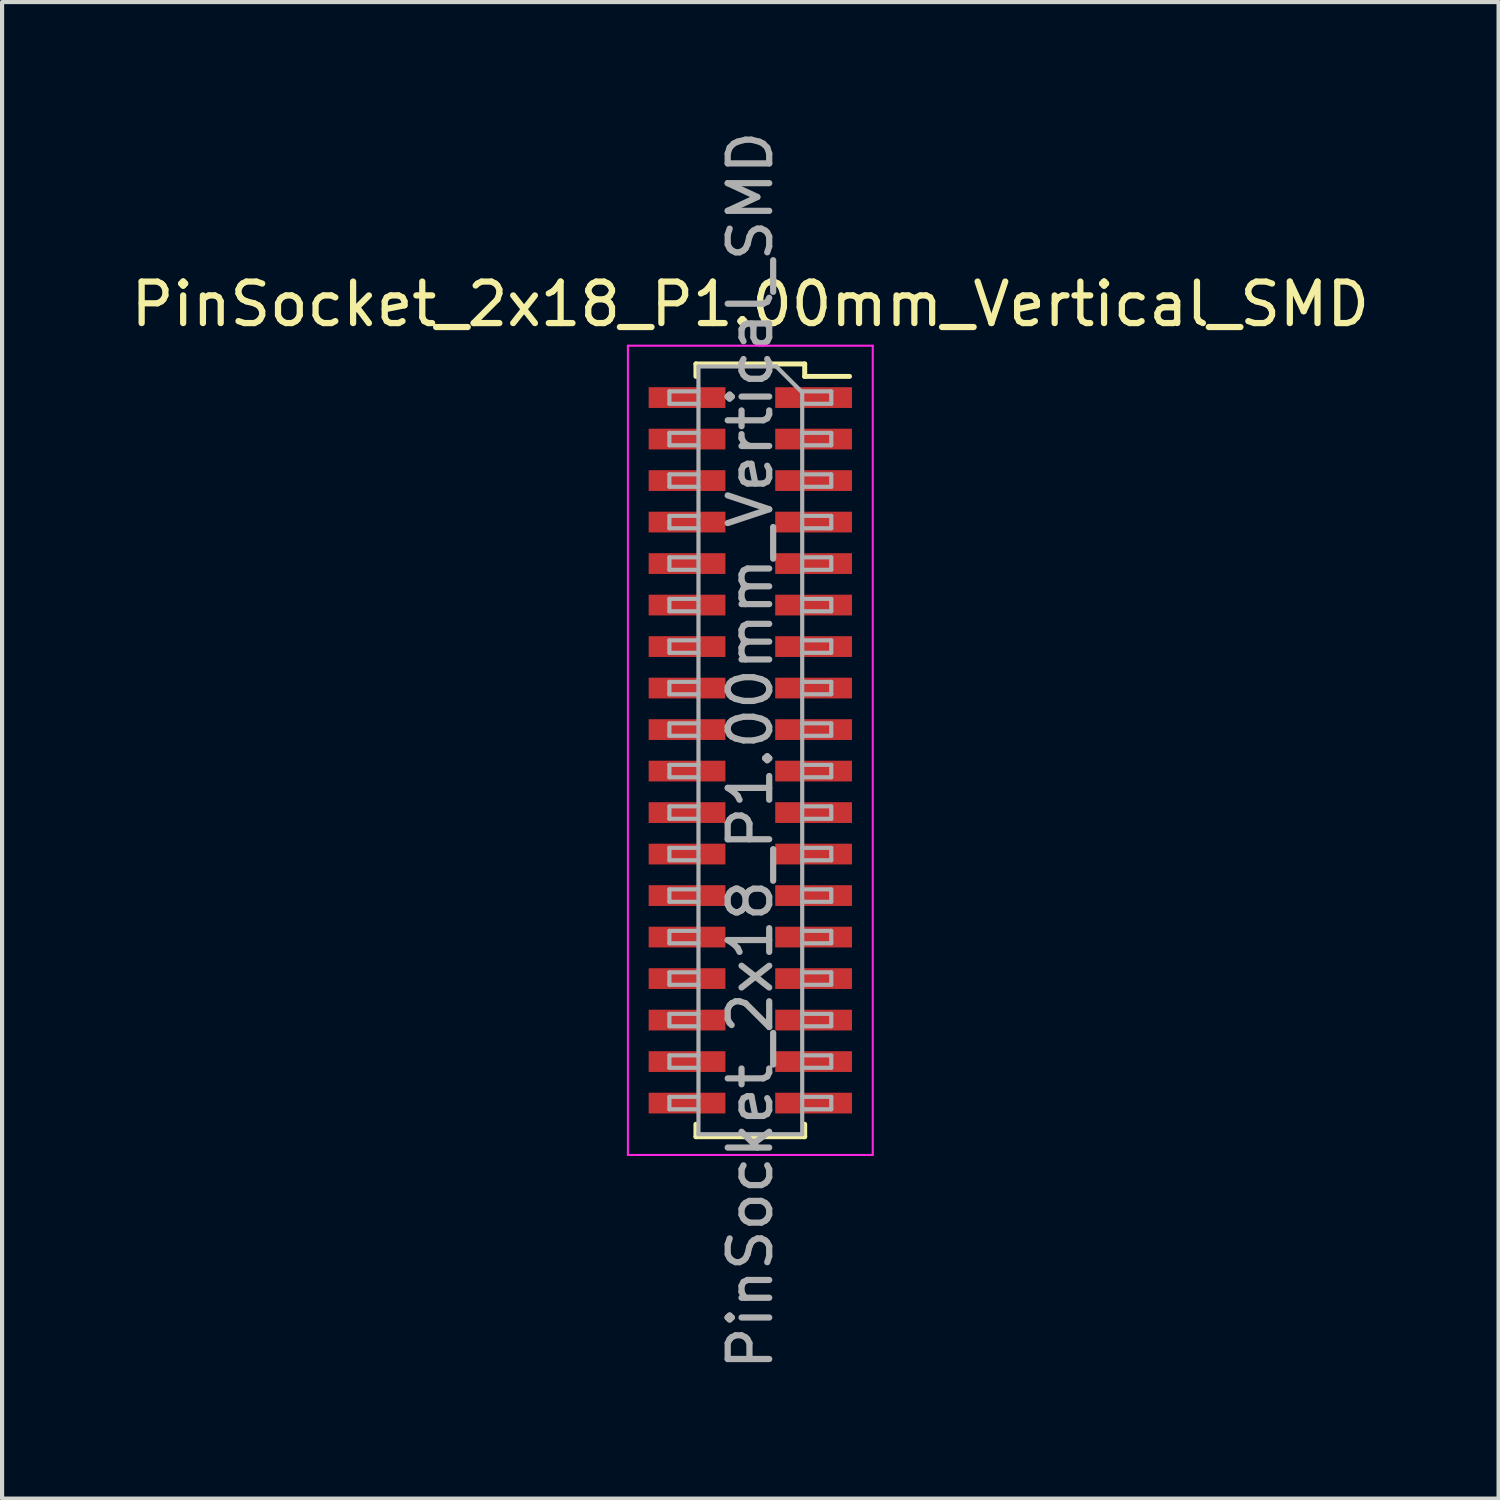
<source format=kicad_pcb>
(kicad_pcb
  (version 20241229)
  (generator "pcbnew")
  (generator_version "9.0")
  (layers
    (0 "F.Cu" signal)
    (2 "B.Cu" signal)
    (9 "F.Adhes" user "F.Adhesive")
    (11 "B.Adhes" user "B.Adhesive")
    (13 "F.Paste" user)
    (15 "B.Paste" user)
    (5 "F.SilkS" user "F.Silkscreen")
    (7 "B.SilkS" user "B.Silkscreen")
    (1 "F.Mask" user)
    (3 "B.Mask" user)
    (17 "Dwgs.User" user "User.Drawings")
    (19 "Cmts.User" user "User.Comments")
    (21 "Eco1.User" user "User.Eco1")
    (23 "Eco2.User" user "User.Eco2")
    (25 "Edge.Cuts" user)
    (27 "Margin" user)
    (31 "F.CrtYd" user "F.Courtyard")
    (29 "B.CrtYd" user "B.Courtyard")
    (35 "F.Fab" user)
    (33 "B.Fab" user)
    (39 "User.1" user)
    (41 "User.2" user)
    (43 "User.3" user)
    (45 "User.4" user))
  (footprint "PinSocket_2x18_P1.00mm_Vertical_SMD"
    (layer "F.Cu")
    (at 15.03 15.03)
    (property "Reference" "PinSocket_2x18_P1.00mm_Vertical_SMD" (at 0 -10.75 0) (layer "F.SilkS") (effects (font (size 1 1) (thickness 0.15))))
    (attr smd)
    (fp_line (start -1.31 -9.31) (end -1.31 -9.01) (stroke (width 0.12) (type solid)) (layer "F.SilkS"))
    (fp_line (start -1.31 -9.31) (end 1.31 -9.31) (stroke (width 0.12) (type solid)) (layer "F.SilkS"))
    (fp_line (start -1.31 9.01) (end -1.31 9.31) (stroke (width 0.12) (type solid)) (layer "F.SilkS"))
    (fp_line (start -1.31 9.31) (end 1.31 9.31) (stroke (width 0.12) (type solid)) (layer "F.SilkS"))
    (fp_line (start 1.31 -9.31) (end 1.31 -9.01) (stroke (width 0.12) (type solid)) (layer "F.SilkS"))
    (fp_line (start 1.31 -9.01) (end 2.39 -9.01) (stroke (width 0.12) (type solid)) (layer "F.SilkS"))
    (fp_line (start 1.31 9.01) (end 1.31 9.31) (stroke (width 0.12) (type solid)) (layer "F.SilkS"))
    (fp_line (start -2.95 -9.75) (end 2.95 -9.75) (stroke (width 0.05) (type solid)) (layer "F.CrtYd"))
    (fp_line (start -2.95 9.75) (end -2.95 -9.75) (stroke (width 0.05) (type solid)) (layer "F.CrtYd"))
    (fp_line (start 2.95 -9.75) (end 2.95 9.75) (stroke (width 0.05) (type solid)) (layer "F.CrtYd"))
    (fp_line (start 2.95 9.75) (end -2.95 9.75) (stroke (width 0.05) (type solid)) (layer "F.CrtYd"))
    (fp_line (start -1.95 -8.65) (end -1.25 -8.65) (stroke (width 0.1) (type solid)) (layer "F.Fab"))
    (fp_line (start -1.95 -8.35) (end -1.95 -8.65) (stroke (width 0.1) (type solid)) (layer "F.Fab"))
    (fp_line (start -1.95 -7.65) (end -1.25 -7.65) (stroke (width 0.1) (type solid)) (layer "F.Fab"))
    (fp_line (start -1.95 -7.35) (end -1.95 -7.65) (stroke (width 0.1) (type solid)) (layer "F.Fab"))
    (fp_line (start -1.95 -6.65) (end -1.25 -6.65) (stroke (width 0.1) (type solid)) (layer "F.Fab"))
    (fp_line (start -1.95 -6.35) (end -1.95 -6.65) (stroke (width 0.1) (type solid)) (layer "F.Fab"))
    (fp_line (start -1.95 -5.65) (end -1.25 -5.65) (stroke (width 0.1) (type solid)) (layer "F.Fab"))
    (fp_line (start -1.95 -5.35) (end -1.95 -5.65) (stroke (width 0.1) (type solid)) (layer "F.Fab"))
    (fp_line (start -1.95 -4.65) (end -1.25 -4.65) (stroke (width 0.1) (type solid)) (layer "F.Fab"))
    (fp_line (start -1.95 -4.35) (end -1.95 -4.65) (stroke (width 0.1) (type solid)) (layer "F.Fab"))
    (fp_line (start -1.95 -3.65) (end -1.25 -3.65) (stroke (width 0.1) (type solid)) (layer "F.Fab"))
    (fp_line (start -1.95 -3.35) (end -1.95 -3.65) (stroke (width 0.1) (type solid)) (layer "F.Fab"))
    (fp_line (start -1.95 -2.65) (end -1.25 -2.65) (stroke (width 0.1) (type solid)) (layer "F.Fab"))
    (fp_line (start -1.95 -2.35) (end -1.95 -2.65) (stroke (width 0.1) (type solid)) (layer "F.Fab"))
    (fp_line (start -1.95 -1.65) (end -1.25 -1.65) (stroke (width 0.1) (type solid)) (layer "F.Fab"))
    (fp_line (start -1.95 -1.35) (end -1.95 -1.65) (stroke (width 0.1) (type solid)) (layer "F.Fab"))
    (fp_line (start -1.95 -0.65) (end -1.25 -0.65) (stroke (width 0.1) (type solid)) (layer "F.Fab"))
    (fp_line (start -1.95 -0.35) (end -1.95 -0.65) (stroke (width 0.1) (type solid)) (layer "F.Fab"))
    (fp_line (start -1.95 0.35) (end -1.25 0.35) (stroke (width 0.1) (type solid)) (layer "F.Fab"))
    (fp_line (start -1.95 0.65) (end -1.95 0.35) (stroke (width 0.1) (type solid)) (layer "F.Fab"))
    (fp_line (start -1.95 1.35) (end -1.25 1.35) (stroke (width 0.1) (type solid)) (layer "F.Fab"))
    (fp_line (start -1.95 1.65) (end -1.95 1.35) (stroke (width 0.1) (type solid)) (layer "F.Fab"))
    (fp_line (start -1.95 2.35) (end -1.25 2.35) (stroke (width 0.1) (type solid)) (layer "F.Fab"))
    (fp_line (start -1.95 2.65) (end -1.95 2.35) (stroke (width 0.1) (type solid)) (layer "F.Fab"))
    (fp_line (start -1.95 3.35) (end -1.25 3.35) (stroke (width 0.1) (type solid)) (layer "F.Fab"))
    (fp_line (start -1.95 3.65) (end -1.95 3.35) (stroke (width 0.1) (type solid)) (layer "F.Fab"))
    (fp_line (start -1.95 4.35) (end -1.25 4.35) (stroke (width 0.1) (type solid)) (layer "F.Fab"))
    (fp_line (start -1.95 4.65) (end -1.95 4.35) (stroke (width 0.1) (type solid)) (layer "F.Fab"))
    (fp_line (start -1.95 5.35) (end -1.25 5.35) (stroke (width 0.1) (type solid)) (layer "F.Fab"))
    (fp_line (start -1.95 5.65) (end -1.95 5.35) (stroke (width 0.1) (type solid)) (layer "F.Fab"))
    (fp_line (start -1.95 6.35) (end -1.25 6.35) (stroke (width 0.1) (type solid)) (layer "F.Fab"))
    (fp_line (start -1.95 6.65) (end -1.95 6.35) (stroke (width 0.1) (type solid)) (layer "F.Fab"))
    (fp_line (start -1.95 7.35) (end -1.25 7.35) (stroke (width 0.1) (type solid)) (layer "F.Fab"))
    (fp_line (start -1.95 7.65) (end -1.95 7.35) (stroke (width 0.1) (type solid)) (layer "F.Fab"))
    (fp_line (start -1.95 8.35) (end -1.25 8.35) (stroke (width 0.1) (type solid)) (layer "F.Fab"))
    (fp_line (start -1.95 8.65) (end -1.95 8.35) (stroke (width 0.1) (type solid)) (layer "F.Fab"))
    (fp_line (start -1.25 -9.25) (end 0.625 -9.25) (stroke (width 0.1) (type solid)) (layer "F.Fab"))
    (fp_line (start -1.25 -8.35) (end -1.95 -8.35) (stroke (width 0.1) (type solid)) (layer "F.Fab"))
    (fp_line (start -1.25 -7.35) (end -1.95 -7.35) (stroke (width 0.1) (type solid)) (layer "F.Fab"))
    (fp_line (start -1.25 -6.35) (end -1.95 -6.35) (stroke (width 0.1) (type solid)) (layer "F.Fab"))
    (fp_line (start -1.25 -5.35) (end -1.95 -5.35) (stroke (width 0.1) (type solid)) (layer "F.Fab"))
    (fp_line (start -1.25 -4.35) (end -1.95 -4.35) (stroke (width 0.1) (type solid)) (layer "F.Fab"))
    (fp_line (start -1.25 -3.35) (end -1.95 -3.35) (stroke (width 0.1) (type solid)) (layer "F.Fab"))
    (fp_line (start -1.25 -2.35) (end -1.95 -2.35) (stroke (width 0.1) (type solid)) (layer "F.Fab"))
    (fp_line (start -1.25 -1.35) (end -1.95 -1.35) (stroke (width 0.1) (type solid)) (layer "F.Fab"))
    (fp_line (start -1.25 -0.35) (end -1.95 -0.35) (stroke (width 0.1) (type solid)) (layer "F.Fab"))
    (fp_line (start -1.25 0.65) (end -1.95 0.65) (stroke (width 0.1) (type solid)) (layer "F.Fab"))
    (fp_line (start -1.25 1.65) (end -1.95 1.65) (stroke (width 0.1) (type solid)) (layer "F.Fab"))
    (fp_line (start -1.25 2.65) (end -1.95 2.65) (stroke (width 0.1) (type solid)) (layer "F.Fab"))
    (fp_line (start -1.25 3.65) (end -1.95 3.65) (stroke (width 0.1) (type solid)) (layer "F.Fab"))
    (fp_line (start -1.25 4.65) (end -1.95 4.65) (stroke (width 0.1) (type solid)) (layer "F.Fab"))
    (fp_line (start -1.25 5.65) (end -1.95 5.65) (stroke (width 0.1) (type solid)) (layer "F.Fab"))
    (fp_line (start -1.25 6.65) (end -1.95 6.65) (stroke (width 0.1) (type solid)) (layer "F.Fab"))
    (fp_line (start -1.25 7.65) (end -1.95 7.65) (stroke (width 0.1) (type solid)) (layer "F.Fab"))
    (fp_line (start -1.25 8.65) (end -1.95 8.65) (stroke (width 0.1) (type solid)) (layer "F.Fab"))
    (fp_line (start -1.25 9.25) (end -1.25 -9.25) (stroke (width 0.1) (type solid)) (layer "F.Fab"))
    (fp_line (start 0.625 -9.25) (end 1.25 -8.625) (stroke (width 0.1) (type solid)) (layer "F.Fab"))
    (fp_line (start 1.25 -8.65) (end 1.95 -8.65) (stroke (width 0.1) (type solid)) (layer "F.Fab"))
    (fp_line (start 1.25 -8.625) (end 1.25 9.25) (stroke (width 0.1) (type solid)) (layer "F.Fab"))
    (fp_line (start 1.25 -7.65) (end 1.95 -7.65) (stroke (width 0.1) (type solid)) (layer "F.Fab"))
    (fp_line (start 1.25 -6.65) (end 1.95 -6.65) (stroke (width 0.1) (type solid)) (layer "F.Fab"))
    (fp_line (start 1.25 -5.65) (end 1.95 -5.65) (stroke (width 0.1) (type solid)) (layer "F.Fab"))
    (fp_line (start 1.25 -4.65) (end 1.95 -4.65) (stroke (width 0.1) (type solid)) (layer "F.Fab"))
    (fp_line (start 1.25 -3.65) (end 1.95 -3.65) (stroke (width 0.1) (type solid)) (layer "F.Fab"))
    (fp_line (start 1.25 -2.65) (end 1.95 -2.65) (stroke (width 0.1) (type solid)) (layer "F.Fab"))
    (fp_line (start 1.25 -1.65) (end 1.95 -1.65) (stroke (width 0.1) (type solid)) (layer "F.Fab"))
    (fp_line (start 1.25 -0.65) (end 1.95 -0.65) (stroke (width 0.1) (type solid)) (layer "F.Fab"))
    (fp_line (start 1.25 0.35) (end 1.95 0.35) (stroke (width 0.1) (type solid)) (layer "F.Fab"))
    (fp_line (start 1.25 1.35) (end 1.95 1.35) (stroke (width 0.1) (type solid)) (layer "F.Fab"))
    (fp_line (start 1.25 2.35) (end 1.95 2.35) (stroke (width 0.1) (type solid)) (layer "F.Fab"))
    (fp_line (start 1.25 3.35) (end 1.95 3.35) (stroke (width 0.1) (type solid)) (layer "F.Fab"))
    (fp_line (start 1.25 4.35) (end 1.95 4.35) (stroke (width 0.1) (type solid)) (layer "F.Fab"))
    (fp_line (start 1.25 5.35) (end 1.95 5.35) (stroke (width 0.1) (type solid)) (layer "F.Fab"))
    (fp_line (start 1.25 6.35) (end 1.95 6.35) (stroke (width 0.1) (type solid)) (layer "F.Fab"))
    (fp_line (start 1.25 7.35) (end 1.95 7.35) (stroke (width 0.1) (type solid)) (layer "F.Fab"))
    (fp_line (start 1.25 8.35) (end 1.95 8.35) (stroke (width 0.1) (type solid)) (layer "F.Fab"))
    (fp_line (start 1.25 9.25) (end -1.25 9.25) (stroke (width 0.1) (type solid)) (layer "F.Fab"))
    (fp_line (start 1.95 -8.65) (end 1.95 -8.35) (stroke (width 0.1) (type solid)) (layer "F.Fab"))
    (fp_line (start 1.95 -8.35) (end 1.25 -8.35) (stroke (width 0.1) (type solid)) (layer "F.Fab"))
    (fp_line (start 1.95 -7.65) (end 1.95 -7.35) (stroke (width 0.1) (type solid)) (layer "F.Fab"))
    (fp_line (start 1.95 -7.35) (end 1.25 -7.35) (stroke (width 0.1) (type solid)) (layer "F.Fab"))
    (fp_line (start 1.95 -6.65) (end 1.95 -6.35) (stroke (width 0.1) (type solid)) (layer "F.Fab"))
    (fp_line (start 1.95 -6.35) (end 1.25 -6.35) (stroke (width 0.1) (type solid)) (layer "F.Fab"))
    (fp_line (start 1.95 -5.65) (end 1.95 -5.35) (stroke (width 0.1) (type solid)) (layer "F.Fab"))
    (fp_line (start 1.95 -5.35) (end 1.25 -5.35) (stroke (width 0.1) (type solid)) (layer "F.Fab"))
    (fp_line (start 1.95 -4.65) (end 1.95 -4.35) (stroke (width 0.1) (type solid)) (layer "F.Fab"))
    (fp_line (start 1.95 -4.35) (end 1.25 -4.35) (stroke (width 0.1) (type solid)) (layer "F.Fab"))
    (fp_line (start 1.95 -3.65) (end 1.95 -3.35) (stroke (width 0.1) (type solid)) (layer "F.Fab"))
    (fp_line (start 1.95 -3.35) (end 1.25 -3.35) (stroke (width 0.1) (type solid)) (layer "F.Fab"))
    (fp_line (start 1.95 -2.65) (end 1.95 -2.35) (stroke (width 0.1) (type solid)) (layer "F.Fab"))
    (fp_line (start 1.95 -2.35) (end 1.25 -2.35) (stroke (width 0.1) (type solid)) (layer "F.Fab"))
    (fp_line (start 1.95 -1.65) (end 1.95 -1.35) (stroke (width 0.1) (type solid)) (layer "F.Fab"))
    (fp_line (start 1.95 -1.35) (end 1.25 -1.35) (stroke (width 0.1) (type solid)) (layer "F.Fab"))
    (fp_line (start 1.95 -0.65) (end 1.95 -0.35) (stroke (width 0.1) (type solid)) (layer "F.Fab"))
    (fp_line (start 1.95 -0.35) (end 1.25 -0.35) (stroke (width 0.1) (type solid)) (layer "F.Fab"))
    (fp_line (start 1.95 0.35) (end 1.95 0.65) (stroke (width 0.1) (type solid)) (layer "F.Fab"))
    (fp_line (start 1.95 0.65) (end 1.25 0.65) (stroke (width 0.1) (type solid)) (layer "F.Fab"))
    (fp_line (start 1.95 1.35) (end 1.95 1.65) (stroke (width 0.1) (type solid)) (layer "F.Fab"))
    (fp_line (start 1.95 1.65) (end 1.25 1.65) (stroke (width 0.1) (type solid)) (layer "F.Fab"))
    (fp_line (start 1.95 2.35) (end 1.95 2.65) (stroke (width 0.1) (type solid)) (layer "F.Fab"))
    (fp_line (start 1.95 2.65) (end 1.25 2.65) (stroke (width 0.1) (type solid)) (layer "F.Fab"))
    (fp_line (start 1.95 3.35) (end 1.95 3.65) (stroke (width 0.1) (type solid)) (layer "F.Fab"))
    (fp_line (start 1.95 3.65) (end 1.25 3.65) (stroke (width 0.1) (type solid)) (layer "F.Fab"))
    (fp_line (start 1.95 4.35) (end 1.95 4.65) (stroke (width 0.1) (type solid)) (layer "F.Fab"))
    (fp_line (start 1.95 4.65) (end 1.25 4.65) (stroke (width 0.1) (type solid)) (layer "F.Fab"))
    (fp_line (start 1.95 5.35) (end 1.95 5.65) (stroke (width 0.1) (type solid)) (layer "F.Fab"))
    (fp_line (start 1.95 5.65) (end 1.25 5.65) (stroke (width 0.1) (type solid)) (layer "F.Fab"))
    (fp_line (start 1.95 6.35) (end 1.95 6.65) (stroke (width 0.1) (type solid)) (layer "F.Fab"))
    (fp_line (start 1.95 6.65) (end 1.25 6.65) (stroke (width 0.1) (type solid)) (layer "F.Fab"))
    (fp_line (start 1.95 7.35) (end 1.95 7.65) (stroke (width 0.1) (type solid)) (layer "F.Fab"))
    (fp_line (start 1.95 7.65) (end 1.25 7.65) (stroke (width 0.1) (type solid)) (layer "F.Fab"))
    (fp_line (start 1.95 8.35) (end 1.95 8.65) (stroke (width 0.1) (type solid)) (layer "F.Fab"))
    (fp_line (start 1.95 8.65) (end 1.25 8.65) (stroke (width 0.1) (type solid)) (layer "F.Fab"))
    (fp_text user "${REFERENCE}" (at 0 0 90) (layer "F.Fab") (effects (font (size 1 1) (thickness 0.15))))
    (pad "1" smd rect (at 1.525 -8.5) (size 1.85 0.5) (layers "F.Cu" "F.Mask" "F.Paste"))
    (pad "2" smd rect (at -1.525 -8.5) (size 1.85 0.5) (layers "F.Cu" "F.Mask" "F.Paste"))
    (pad "3" smd rect (at 1.525 -7.5) (size 1.85 0.5) (layers "F.Cu" "F.Mask" "F.Paste"))
    (pad "4" smd rect (at -1.525 -7.5) (size 1.85 0.5) (layers "F.Cu" "F.Mask" "F.Paste"))
    (pad "5" smd rect (at 1.525 -6.5) (size 1.85 0.5) (layers "F.Cu" "F.Mask" "F.Paste"))
    (pad "6" smd rect (at -1.525 -6.5) (size 1.85 0.5) (layers "F.Cu" "F.Mask" "F.Paste"))
    (pad "7" smd rect (at 1.525 -5.5) (size 1.85 0.5) (layers "F.Cu" "F.Mask" "F.Paste"))
    (pad "8" smd rect (at -1.525 -5.5) (size 1.85 0.5) (layers "F.Cu" "F.Mask" "F.Paste"))
    (pad "9" smd rect (at 1.525 -4.5) (size 1.85 0.5) (layers "F.Cu" "F.Mask" "F.Paste"))
    (pad "10" smd rect (at -1.525 -4.5) (size 1.85 0.5) (layers "F.Cu" "F.Mask" "F.Paste"))
    (pad "11" smd rect (at 1.525 -3.5) (size 1.85 0.5) (layers "F.Cu" "F.Mask" "F.Paste"))
    (pad "12" smd rect (at -1.525 -3.5) (size 1.85 0.5) (layers "F.Cu" "F.Mask" "F.Paste"))
    (pad "13" smd rect (at 1.525 -2.5) (size 1.85 0.5) (layers "F.Cu" "F.Mask" "F.Paste"))
    (pad "14" smd rect (at -1.525 -2.5) (size 1.85 0.5) (layers "F.Cu" "F.Mask" "F.Paste"))
    (pad "15" smd rect (at 1.525 -1.5) (size 1.85 0.5) (layers "F.Cu" "F.Mask" "F.Paste"))
    (pad "16" smd rect (at -1.525 -1.5) (size 1.85 0.5) (layers "F.Cu" "F.Mask" "F.Paste"))
    (pad "17" smd rect (at 1.525 -0.5) (size 1.85 0.5) (layers "F.Cu" "F.Mask" "F.Paste"))
    (pad "18" smd rect (at -1.525 -0.5) (size 1.85 0.5) (layers "F.Cu" "F.Mask" "F.Paste"))
    (pad "19" smd rect (at 1.525 0.5) (size 1.85 0.5) (layers "F.Cu" "F.Mask" "F.Paste"))
    (pad "20" smd rect (at -1.525 0.5) (size 1.85 0.5) (layers "F.Cu" "F.Mask" "F.Paste"))
    (pad "21" smd rect (at 1.525 1.5) (size 1.85 0.5) (layers "F.Cu" "F.Mask" "F.Paste"))
    (pad "22" smd rect (at -1.525 1.5) (size 1.85 0.5) (layers "F.Cu" "F.Mask" "F.Paste"))
    (pad "23" smd rect (at 1.525 2.5) (size 1.85 0.5) (layers "F.Cu" "F.Mask" "F.Paste"))
    (pad "24" smd rect (at -1.525 2.5) (size 1.85 0.5) (layers "F.Cu" "F.Mask" "F.Paste"))
    (pad "25" smd rect (at 1.525 3.5) (size 1.85 0.5) (layers "F.Cu" "F.Mask" "F.Paste"))
    (pad "26" smd rect (at -1.525 3.5) (size 1.85 0.5) (layers "F.Cu" "F.Mask" "F.Paste"))
    (pad "27" smd rect (at 1.525 4.5) (size 1.85 0.5) (layers "F.Cu" "F.Mask" "F.Paste"))
    (pad "28" smd rect (at -1.525 4.5) (size 1.85 0.5) (layers "F.Cu" "F.Mask" "F.Paste"))
    (pad "29" smd rect (at 1.525 5.5) (size 1.85 0.5) (layers "F.Cu" "F.Mask" "F.Paste"))
    (pad "30" smd rect (at -1.525 5.5) (size 1.85 0.5) (layers "F.Cu" "F.Mask" "F.Paste"))
    (pad "31" smd rect (at 1.525 6.5) (size 1.85 0.5) (layers "F.Cu" "F.Mask" "F.Paste"))
    (pad "32" smd rect (at -1.525 6.5) (size 1.85 0.5) (layers "F.Cu" "F.Mask" "F.Paste"))
    (pad "33" smd rect (at 1.525 7.5) (size 1.85 0.5) (layers "F.Cu" "F.Mask" "F.Paste"))
    (pad "34" smd rect (at -1.525 7.5) (size 1.85 0.5) (layers "F.Cu" "F.Mask" "F.Paste"))
    (pad "35" smd rect (at 1.525 8.5) (size 1.85 0.5) (layers "F.Cu" "F.Mask" "F.Paste"))
    (pad "36" smd rect (at -1.525 8.5) (size 1.85 0.5) (layers "F.Cu" "F.Mask" "F.Paste")))
  (gr_rect
    (start -3 -3)
    (end 33.06 33.06)
    (stroke (width 0.1) (type default))
    (fill no)
    (layer "Edge.Cuts")))
</source>
